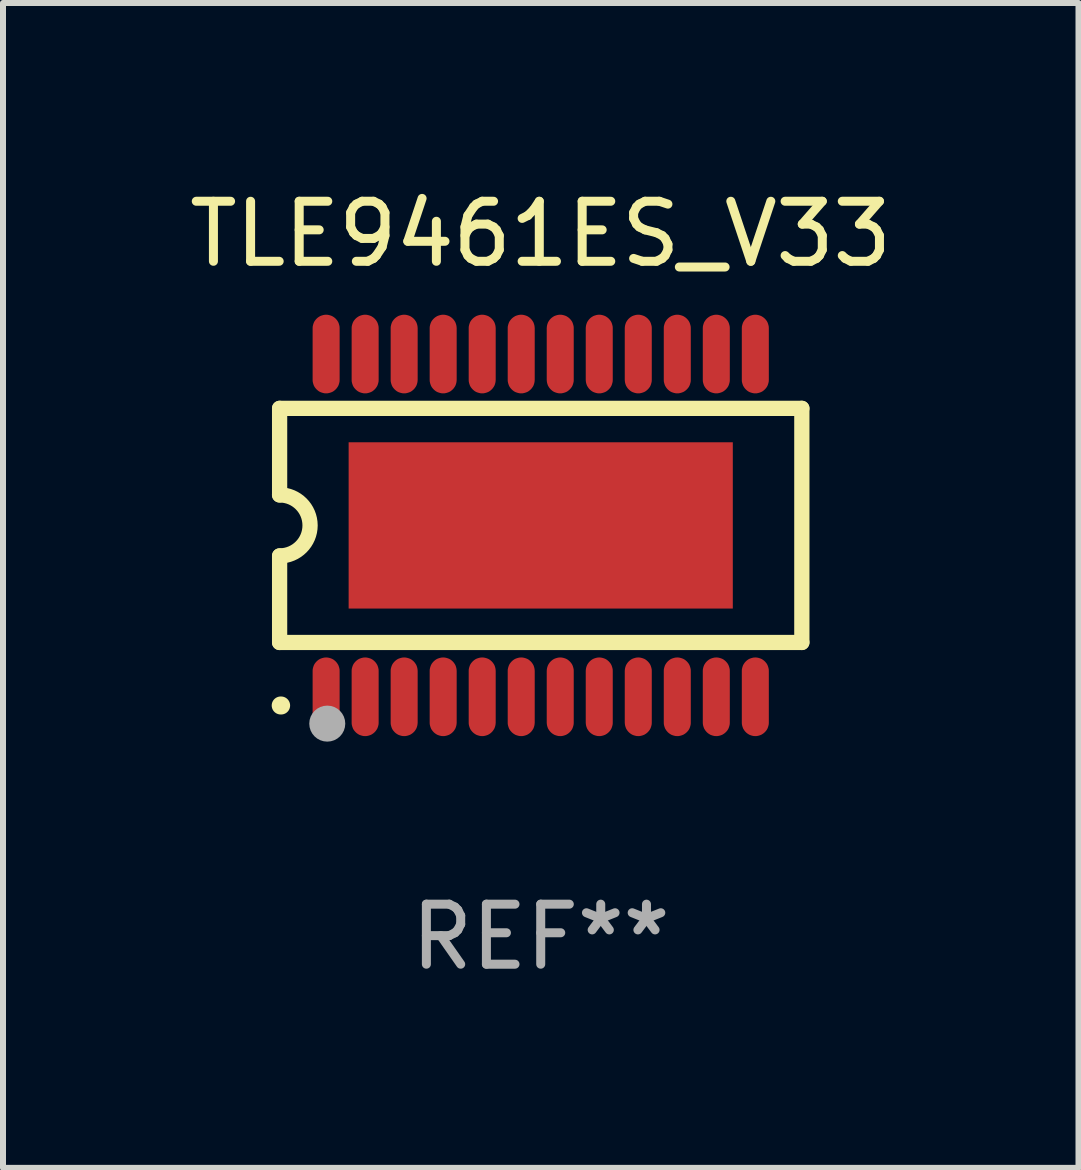
<source format=kicad_pcb>
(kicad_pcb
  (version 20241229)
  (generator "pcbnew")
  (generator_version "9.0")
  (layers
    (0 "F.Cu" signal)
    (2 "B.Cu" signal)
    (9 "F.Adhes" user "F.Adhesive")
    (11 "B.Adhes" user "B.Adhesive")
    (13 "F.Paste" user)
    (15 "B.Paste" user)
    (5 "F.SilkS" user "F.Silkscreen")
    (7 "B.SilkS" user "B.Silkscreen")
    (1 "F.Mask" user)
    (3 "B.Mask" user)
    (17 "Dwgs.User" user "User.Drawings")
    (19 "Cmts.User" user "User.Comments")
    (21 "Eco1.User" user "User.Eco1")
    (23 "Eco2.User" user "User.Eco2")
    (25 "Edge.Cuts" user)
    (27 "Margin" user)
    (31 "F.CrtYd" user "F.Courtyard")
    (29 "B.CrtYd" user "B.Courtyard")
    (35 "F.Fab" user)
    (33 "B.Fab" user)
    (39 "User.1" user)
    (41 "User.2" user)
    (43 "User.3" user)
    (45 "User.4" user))
  (footprint "TLE9461ES_V33"
    (layer "F.Cu")
    (at 5.958 5.703)
    (property "Reference" "TLE9461ES_V33" (at 0 -4.855 0) (layer "F.SilkS") (effects (font (size 1 1) (thickness 0.15))))
    (attr through_hole)
    (fp_line (start -4.35 -1.95) (end -4.35 -0.508) (stroke (width 0.254) (type solid)) (layer "F.SilkS"))
    (fp_line (start -4.35 -1.95) (end 4.35 -1.95) (stroke (width 0.254) (type solid)) (layer "F.SilkS"))
    (fp_line (start -4.35 1.95) (end -4.35 0.508) (stroke (width 0.254) (type solid)) (layer "F.SilkS"))
    (fp_line (start -4.35 1.95) (end 4.35 1.95) (stroke (width 0.254) (type solid)) (layer "F.SilkS"))
    (fp_line (start 4.35 -1.95) (end 4.35 1.95) (stroke (width 0.254) (type solid)) (layer "F.SilkS"))
    (fp_arc (start -4.351028 -0.508) (mid -3.843028 -0.000507) (end -4.350013 0.508001) (stroke (width 0.254001) (type solid)) (layer "F.SilkS"))
    (fp_arc (start -4.331656 2.999858) (mid -4.328332 2.999895) (end -4.325009 3.000005) (stroke (width 0.3) (type solid)) (layer "F.SilkS"))
    (fp_circle (center -4.325 3) (end -4.295 3) (stroke (width 0.06) (type solid)) (fill no) (layer "F.SilkS"))
    (fp_circle (center -3.556 3.302) (end -3.406 3.302) (stroke (width 0.3) (type solid)) (fill no) (layer "F.Fab"))
    (fp_text user "REF**" (at 0 6.855 0) (layer "F.Fab") (effects (font (size 1 1) (thickness 0.15))))
    (pad "1" smd custom (at -3.575 2.855 180) (size 0.45 1.31) (layers "F.Cu" "F.Mask" "F.Paste") (options (anchor circle)) (primitives (gr_poly (pts (xy -0.225 -0.43) (xy -0.224 -0.455) (xy -0.219 -0.48) (xy -0.212 -0.504) (xy -0.203 -0.528) (xy -0.19 -0.55) (xy -0.176 -0.57) (xy -0.159 -0.589) (xy -0.14 -0.606) (xy -0.12 -0.62) (xy -0.098 -0.633) (xy -0.074 -0.642) (xy -0.05 -0.649) (xy -0.025 -0.654) (xy 0.000051 -0.655) (xy 0.025 -0.654) (xy 0.05 -0.649) (xy 0.074 -0.642) (xy 0.098 -0.633) (xy 0.12 -0.62) (xy 0.14 -0.606) (xy 0.159 -0.589) (xy 0.176 -0.57) (xy 0.191 -0.55) (xy 0.203 -0.528) (xy 0.212 -0.504) (xy 0.219 -0.48) (xy 0.224 -0.455) (xy 0.225 -0.43) (xy 0.225 0.43) (xy 0.224 0.455) (xy 0.219 0.48) (xy 0.212 0.504) (xy 0.203 0.528) (xy 0.191 0.55) (xy 0.176 0.57) (xy 0.159 0.589) (xy 0.14 0.606) (xy 0.12 0.621) (xy 0.098 0.633) (xy 0.074 0.642) (xy 0.05 0.649) (xy 0.025 0.654) (xy 0.000051 0.655) (xy -0.025 0.654) (xy -0.05 0.649) (xy -0.074 0.642) (xy -0.098 0.633) (xy -0.12 0.621) (xy -0.14 0.606) (xy -0.159 0.589) (xy -0.176 0.57) (xy -0.19 0.55) (xy -0.203 0.528) (xy -0.212 0.504) (xy -0.219 0.48) (xy -0.224 0.455) (xy -0.225 0.43)) (width 0) (fill yes))))
    (pad "2" smd custom (at -2.925 2.855 180) (size 0.45 1.31) (layers "F.Cu" "F.Mask" "F.Paste") (options (anchor circle)) (primitives (gr_poly (pts (xy -0.225 -0.43) (xy -0.224 -0.455) (xy -0.219 -0.48) (xy -0.212 -0.504) (xy -0.203 -0.528) (xy -0.19 -0.55) (xy -0.176 -0.57) (xy -0.159 -0.589) (xy -0.14 -0.606) (xy -0.12 -0.62) (xy -0.098 -0.633) (xy -0.074 -0.642) (xy -0.05 -0.649) (xy -0.025 -0.654) (xy 0.000076 -0.655) (xy 0.025 -0.654) (xy 0.05 -0.649) (xy 0.074 -0.642) (xy 0.098 -0.633) (xy 0.12 -0.62) (xy 0.14 -0.606) (xy 0.159 -0.589) (xy 0.176 -0.57) (xy 0.191 -0.55) (xy 0.203 -0.528) (xy 0.212 -0.504) (xy 0.219 -0.48) (xy 0.224 -0.455) (xy 0.225 -0.43) (xy 0.225 0.43) (xy 0.224 0.455) (xy 0.219 0.48) (xy 0.212 0.504) (xy 0.203 0.528) (xy 0.191 0.55) (xy 0.176 0.57) (xy 0.159 0.589) (xy 0.14 0.606) (xy 0.12 0.621) (xy 0.098 0.633) (xy 0.074 0.642) (xy 0.05 0.649) (xy 0.025 0.654) (xy 0.000076 0.655) (xy -0.025 0.654) (xy -0.05 0.649) (xy -0.074 0.642) (xy -0.098 0.633) (xy -0.12 0.621) (xy -0.14 0.606) (xy -0.159 0.589) (xy -0.176 0.57) (xy -0.19 0.55) (xy -0.203 0.528) (xy -0.212 0.504) (xy -0.219 0.48) (xy -0.224 0.455) (xy -0.225 0.43)) (width 0) (fill yes))))
    (pad "3" smd custom (at -2.275 2.855 180) (size 0.45 1.31) (layers "F.Cu" "F.Mask" "F.Paste") (options (anchor circle)) (primitives (gr_poly (pts (xy -0.225 -0.43) (xy -0.223 -0.455) (xy -0.219 -0.48) (xy -0.212 -0.504) (xy -0.203 -0.528) (xy -0.19 -0.55) (xy -0.176 -0.57) (xy -0.159 -0.589) (xy -0.14 -0.606) (xy -0.12 -0.62) (xy -0.098 -0.633) (xy -0.074 -0.642) (xy -0.05 -0.649) (xy -0.025 -0.654) (xy 0.000076 -0.655) (xy 0.025 -0.654) (xy 0.05 -0.649) (xy 0.074 -0.642) (xy 0.098 -0.633) (xy 0.12 -0.62) (xy 0.14 -0.606) (xy 0.159 -0.589) (xy 0.176 -0.57) (xy 0.191 -0.55) (xy 0.203 -0.528) (xy 0.212 -0.504) (xy 0.219 -0.48) (xy 0.224 -0.455) (xy 0.225 -0.43) (xy 0.225 0.43) (xy 0.224 0.455) (xy 0.219 0.48) (xy 0.212 0.504) (xy 0.203 0.528) (xy 0.191 0.55) (xy 0.176 0.57) (xy 0.159 0.589) (xy 0.14 0.606) (xy 0.12 0.621) (xy 0.098 0.633) (xy 0.074 0.642) (xy 0.05 0.649) (xy 0.025 0.654) (xy 0.000076 0.655) (xy -0.025 0.654) (xy -0.05 0.649) (xy -0.074 0.642) (xy -0.098 0.633) (xy -0.12 0.621) (xy -0.14 0.606) (xy -0.159 0.589) (xy -0.176 0.57) (xy -0.19 0.55) (xy -0.203 0.528) (xy -0.212 0.504) (xy -0.219 0.48) (xy -0.223 0.455) (xy -0.225 0.43)) (width 0) (fill yes))))
    (pad "4" smd custom (at -1.625 2.855 180) (size 0.45 1.31) (layers "F.Cu" "F.Mask" "F.Paste") (options (anchor circle)) (primitives (gr_poly (pts (xy -0.225 -0.43) (xy -0.223 -0.455) (xy -0.219 -0.48) (xy -0.212 -0.504) (xy -0.203 -0.528) (xy -0.19 -0.55) (xy -0.176 -0.57) (xy -0.159 -0.589) (xy -0.14 -0.606) (xy -0.12 -0.62) (xy -0.098 -0.633) (xy -0.074 -0.642) (xy -0.05 -0.649) (xy -0.025 -0.654) (xy 0.000102 -0.655) (xy 0.025 -0.654) (xy 0.05 -0.649) (xy 0.074 -0.642) (xy 0.098 -0.633) (xy 0.12 -0.62) (xy 0.14 -0.606) (xy 0.159 -0.589) (xy 0.176 -0.57) (xy 0.191 -0.55) (xy 0.203 -0.528) (xy 0.212 -0.504) (xy 0.219 -0.48) (xy 0.224 -0.455) (xy 0.225 -0.43) (xy 0.225 0.43) (xy 0.224 0.455) (xy 0.219 0.48) (xy 0.212 0.504) (xy 0.203 0.528) (xy 0.191 0.55) (xy 0.176 0.57) (xy 0.159 0.589) (xy 0.14 0.606) (xy 0.12 0.621) (xy 0.098 0.633) (xy 0.074 0.642) (xy 0.05 0.649) (xy 0.025 0.654) (xy 0.000102 0.655) (xy -0.025 0.654) (xy -0.05 0.649) (xy -0.074 0.642) (xy -0.098 0.633) (xy -0.12 0.621) (xy -0.14 0.606) (xy -0.159 0.589) (xy -0.176 0.57) (xy -0.19 0.55) (xy -0.203 0.528) (xy -0.212 0.504) (xy -0.219 0.48) (xy -0.223 0.455) (xy -0.225 0.43)) (width 0) (fill yes))))
    (pad "5" smd custom (at -0.975 2.855 180) (size 0.45 1.31) (layers "F.Cu" "F.Mask" "F.Paste") (options (anchor circle)) (primitives (gr_poly (pts (xy -0.225 -0.43) (xy -0.223 -0.455) (xy -0.219 -0.48) (xy -0.212 -0.504) (xy -0.203 -0.528) (xy -0.19 -0.55) (xy -0.176 -0.57) (xy -0.159 -0.589) (xy -0.14 -0.606) (xy -0.12 -0.62) (xy -0.098 -0.633) (xy -0.074 -0.642) (xy -0.05 -0.649) (xy -0.025 -0.654) (xy 0.000102 -0.655) (xy 0.025 -0.654) (xy 0.05 -0.649) (xy 0.074 -0.642) (xy 0.098 -0.633) (xy 0.12 -0.62) (xy 0.14 -0.606) (xy 0.159 -0.589) (xy 0.176 -0.57) (xy 0.191 -0.55) (xy 0.203 -0.528) (xy 0.212 -0.504) (xy 0.219 -0.48) (xy 0.224 -0.455) (xy 0.225 -0.43) (xy 0.225 0.43) (xy 0.224 0.455) (xy 0.219 0.48) (xy 0.212 0.504) (xy 0.203 0.528) (xy 0.191 0.55) (xy 0.176 0.57) (xy 0.159 0.589) (xy 0.14 0.606) (xy 0.12 0.621) (xy 0.098 0.633) (xy 0.074 0.642) (xy 0.05 0.649) (xy 0.025 0.654) (xy 0.000102 0.655) (xy -0.025 0.654) (xy -0.05 0.649) (xy -0.074 0.642) (xy -0.098 0.633) (xy -0.12 0.621) (xy -0.14 0.606) (xy -0.159 0.589) (xy -0.176 0.57) (xy -0.19 0.55) (xy -0.203 0.528) (xy -0.212 0.504) (xy -0.219 0.48) (xy -0.223 0.455) (xy -0.225 0.43)) (width 0) (fill yes))))
    (pad "6" smd custom (at -0.325 2.855 180) (size 0.45 1.31) (layers "F.Cu" "F.Mask" "F.Paste") (options (anchor circle)) (primitives (gr_poly (pts (xy -0.225 -0.43) (xy -0.223 -0.455) (xy -0.219 -0.48) (xy -0.212 -0.504) (xy -0.203 -0.528) (xy -0.19 -0.55) (xy -0.176 -0.57) (xy -0.159 -0.589) (xy -0.14 -0.606) (xy -0.12 -0.62) (xy -0.098 -0.633) (xy -0.074 -0.642) (xy -0.05 -0.649) (xy -0.025 -0.654) (xy 0.000127 -0.655) (xy 0.025 -0.654) (xy 0.05 -0.649) (xy 0.074 -0.642) (xy 0.098 -0.633) (xy 0.12 -0.62) (xy 0.14 -0.606) (xy 0.159 -0.589) (xy 0.176 -0.57) (xy 0.191 -0.55) (xy 0.203 -0.528) (xy 0.212 -0.504) (xy 0.219 -0.48) (xy 0.224 -0.455) (xy 0.225 -0.43) (xy 0.225 0.43) (xy 0.224 0.455) (xy 0.219 0.48) (xy 0.212 0.504) (xy 0.203 0.528) (xy 0.191 0.55) (xy 0.176 0.57) (xy 0.159 0.589) (xy 0.14 0.606) (xy 0.12 0.621) (xy 0.098 0.633) (xy 0.074 0.642) (xy 0.05 0.649) (xy 0.025 0.654) (xy 0.000127 0.655) (xy -0.025 0.654) (xy -0.05 0.649) (xy -0.074 0.642) (xy -0.098 0.633) (xy -0.12 0.621) (xy -0.14 0.606) (xy -0.159 0.589) (xy -0.176 0.57) (xy -0.19 0.55) (xy -0.203 0.528) (xy -0.212 0.504) (xy -0.219 0.48) (xy -0.223 0.455) (xy -0.225 0.43)) (width 0) (fill yes))))
    (pad "7" smd custom (at 0.325 2.855 180) (size 0.45 1.31) (layers "F.Cu" "F.Mask" "F.Paste") (options (anchor circle)) (primitives (gr_poly (pts (xy -0.225 -0.43) (xy -0.224 -0.455) (xy -0.219 -0.48) (xy -0.212 -0.504) (xy -0.203 -0.528) (xy -0.191 -0.55) (xy -0.176 -0.57) (xy -0.159 -0.589) (xy -0.14 -0.606) (xy -0.12 -0.62) (xy -0.098 -0.633) (xy -0.074 -0.642) (xy -0.05 -0.649) (xy -0.025 -0.654) (xy -0.000127 -0.655) (xy 0.025 -0.654) (xy 0.05 -0.649) (xy 0.074 -0.642) (xy 0.098 -0.633) (xy 0.12 -0.62) (xy 0.14 -0.606) (xy 0.159 -0.589) (xy 0.176 -0.57) (xy 0.19 -0.55) (xy 0.203 -0.528) (xy 0.212 -0.504) (xy 0.219 -0.48) (xy 0.223 -0.455) (xy 0.225 -0.43) (xy 0.225 0.43) (xy 0.223 0.455) (xy 0.219 0.48) (xy 0.212 0.504) (xy 0.203 0.528) (xy 0.19 0.55) (xy 0.176 0.57) (xy 0.159 0.589) (xy 0.14 0.606) (xy 0.12 0.621) (xy 0.098 0.633) (xy 0.074 0.642) (xy 0.05 0.649) (xy 0.025 0.654) (xy -0.000127 0.655) (xy -0.025 0.654) (xy -0.05 0.649) (xy -0.074 0.642) (xy -0.098 0.633) (xy -0.12 0.621) (xy -0.14 0.606) (xy -0.159 0.589) (xy -0.176 0.57) (xy -0.191 0.55) (xy -0.203 0.528) (xy -0.212 0.504) (xy -0.219 0.48) (xy -0.224 0.455) (xy -0.225 0.43)) (width 0) (fill yes))))
    (pad "8" smd custom (at 0.975 2.855 180) (size 0.45 1.31) (layers "F.Cu" "F.Mask" "F.Paste") (options (anchor circle)) (primitives (gr_poly (pts (xy -0.225 -0.43) (xy -0.224 -0.455) (xy -0.219 -0.48) (xy -0.212 -0.504) (xy -0.203 -0.528) (xy -0.191 -0.55) (xy -0.176 -0.57) (xy -0.159 -0.589) (xy -0.14 -0.606) (xy -0.12 -0.62) (xy -0.098 -0.633) (xy -0.074 -0.642) (xy -0.05 -0.649) (xy -0.025 -0.654) (xy -0.000102 -0.655) (xy 0.025 -0.654) (xy 0.05 -0.649) (xy 0.074 -0.642) (xy 0.098 -0.633) (xy 0.12 -0.62) (xy 0.14 -0.606) (xy 0.159 -0.589) (xy 0.176 -0.57) (xy 0.19 -0.55) (xy 0.203 -0.528) (xy 0.212 -0.504) (xy 0.219 -0.48) (xy 0.223 -0.455) (xy 0.225 -0.43) (xy 0.225 0.43) (xy 0.223 0.455) (xy 0.219 0.48) (xy 0.212 0.504) (xy 0.203 0.528) (xy 0.19 0.55) (xy 0.176 0.57) (xy 0.159 0.589) (xy 0.14 0.606) (xy 0.12 0.621) (xy 0.098 0.633) (xy 0.074 0.642) (xy 0.05 0.649) (xy 0.025 0.654) (xy -0.000102 0.655) (xy -0.025 0.654) (xy -0.05 0.649) (xy -0.074 0.642) (xy -0.098 0.633) (xy -0.12 0.621) (xy -0.14 0.606) (xy -0.159 0.589) (xy -0.176 0.57) (xy -0.191 0.55) (xy -0.203 0.528) (xy -0.212 0.504) (xy -0.219 0.48) (xy -0.224 0.455) (xy -0.225 0.43)) (width 0) (fill yes))))
    (pad "9" smd custom (at 1.625 2.855 180) (size 0.45 1.31) (layers "F.Cu" "F.Mask" "F.Paste") (options (anchor circle)) (primitives (gr_poly (pts (xy -0.225 -0.43) (xy -0.224 -0.455) (xy -0.219 -0.48) (xy -0.212 -0.504) (xy -0.203 -0.528) (xy -0.191 -0.55) (xy -0.176 -0.57) (xy -0.159 -0.589) (xy -0.14 -0.606) (xy -0.12 -0.62) (xy -0.098 -0.633) (xy -0.074 -0.642) (xy -0.05 -0.649) (xy -0.025 -0.654) (xy -0.000102 -0.655) (xy 0.025 -0.654) (xy 0.05 -0.649) (xy 0.074 -0.642) (xy 0.098 -0.633) (xy 0.12 -0.62) (xy 0.14 -0.606) (xy 0.159 -0.589) (xy 0.176 -0.57) (xy 0.19 -0.55) (xy 0.203 -0.528) (xy 0.212 -0.504) (xy 0.219 -0.48) (xy 0.223 -0.455) (xy 0.225 -0.43) (xy 0.225 0.43) (xy 0.223 0.455) (xy 0.219 0.48) (xy 0.212 0.504) (xy 0.203 0.528) (xy 0.19 0.55) (xy 0.176 0.57) (xy 0.159 0.589) (xy 0.14 0.606) (xy 0.12 0.621) (xy 0.098 0.633) (xy 0.074 0.642) (xy 0.05 0.649) (xy 0.025 0.654) (xy -0.000102 0.655) (xy -0.025 0.654) (xy -0.05 0.649) (xy -0.074 0.642) (xy -0.098 0.633) (xy -0.12 0.621) (xy -0.14 0.606) (xy -0.159 0.589) (xy -0.176 0.57) (xy -0.191 0.55) (xy -0.203 0.528) (xy -0.212 0.504) (xy -0.219 0.48) (xy -0.224 0.455) (xy -0.225 0.43)) (width 0) (fill yes))))
    (pad "10" smd custom (at 2.275 2.855 180) (size 0.45 1.31) (layers "F.Cu" "F.Mask" "F.Paste") (options (anchor circle)) (primitives (gr_poly (pts (xy -0.225 -0.43) (xy -0.224 -0.455) (xy -0.219 -0.48) (xy -0.212 -0.504) (xy -0.203 -0.528) (xy -0.191 -0.55) (xy -0.176 -0.57) (xy -0.159 -0.589) (xy -0.14 -0.606) (xy -0.12 -0.62) (xy -0.098 -0.633) (xy -0.074 -0.642) (xy -0.05 -0.649) (xy -0.025 -0.654) (xy -0.000076 -0.655) (xy 0.025 -0.654) (xy 0.05 -0.649) (xy 0.074 -0.642) (xy 0.098 -0.633) (xy 0.12 -0.62) (xy 0.14 -0.606) (xy 0.159 -0.589) (xy 0.176 -0.57) (xy 0.19 -0.55) (xy 0.203 -0.528) (xy 0.212 -0.504) (xy 0.219 -0.48) (xy 0.224 -0.455) (xy 0.225 -0.43) (xy 0.225 0.43) (xy 0.224 0.455) (xy 0.219 0.48) (xy 0.212 0.504) (xy 0.203 0.528) (xy 0.19 0.55) (xy 0.176 0.57) (xy 0.159 0.589) (xy 0.14 0.606) (xy 0.12 0.621) (xy 0.098 0.633) (xy 0.074 0.642) (xy 0.05 0.649) (xy 0.025 0.654) (xy -0.000076 0.655) (xy -0.025 0.654) (xy -0.05 0.649) (xy -0.074 0.642) (xy -0.098 0.633) (xy -0.12 0.621) (xy -0.14 0.606) (xy -0.159 0.589) (xy -0.176 0.57) (xy -0.191 0.55) (xy -0.203 0.528) (xy -0.212 0.504) (xy -0.219 0.48) (xy -0.224 0.455) (xy -0.225 0.43)) (width 0) (fill yes))))
    (pad "11" smd custom (at 2.925 2.855 180) (size 0.45 1.31) (layers "F.Cu" "F.Mask" "F.Paste") (options (anchor circle)) (primitives (gr_poly (pts (xy -0.225 -0.43) (xy -0.224 -0.455) (xy -0.219 -0.48) (xy -0.212 -0.504) (xy -0.203 -0.528) (xy -0.191 -0.55) (xy -0.176 -0.57) (xy -0.159 -0.589) (xy -0.14 -0.606) (xy -0.12 -0.62) (xy -0.098 -0.633) (xy -0.074 -0.642) (xy -0.05 -0.649) (xy -0.025 -0.654) (xy -0.000051 -0.655) (xy 0.025 -0.654) (xy 0.05 -0.649) (xy 0.074 -0.642) (xy 0.098 -0.633) (xy 0.12 -0.62) (xy 0.14 -0.606) (xy 0.159 -0.589) (xy 0.176 -0.57) (xy 0.19 -0.55) (xy 0.203 -0.528) (xy 0.212 -0.504) (xy 0.219 -0.48) (xy 0.224 -0.455) (xy 0.225 -0.43) (xy 0.225 0.43) (xy 0.224 0.455) (xy 0.219 0.48) (xy 0.212 0.504) (xy 0.203 0.528) (xy 0.19 0.55) (xy 0.176 0.57) (xy 0.159 0.589) (xy 0.14 0.606) (xy 0.12 0.621) (xy 0.098 0.633) (xy 0.074 0.642) (xy 0.05 0.649) (xy 0.025 0.654) (xy -0.000051 0.655) (xy -0.025 0.654) (xy -0.05 0.649) (xy -0.074 0.642) (xy -0.098 0.633) (xy -0.12 0.621) (xy -0.14 0.606) (xy -0.159 0.589) (xy -0.176 0.57) (xy -0.191 0.55) (xy -0.203 0.528) (xy -0.212 0.504) (xy -0.219 0.48) (xy -0.224 0.455) (xy -0.225 0.43)) (width 0) (fill yes))))
    (pad "12" smd custom (at 3.575 2.855 180) (size 0.45 1.31) (layers "F.Cu" "F.Mask" "F.Paste") (options (anchor circle)) (primitives (gr_poly (pts (xy -0.225 -0.43) (xy -0.224 -0.455) (xy -0.219 -0.48) (xy -0.212 -0.504) (xy -0.203 -0.528) (xy -0.191 -0.55) (xy -0.176 -0.57) (xy -0.159 -0.589) (xy -0.14 -0.606) (xy -0.12 -0.62) (xy -0.098 -0.633) (xy -0.074 -0.642) (xy -0.05 -0.649) (xy -0.025 -0.654) (xy -0.000051 -0.655) (xy 0.025 -0.654) (xy 0.05 -0.649) (xy 0.074 -0.642) (xy 0.098 -0.633) (xy 0.12 -0.62) (xy 0.14 -0.606) (xy 0.159 -0.589) (xy 0.176 -0.57) (xy 0.19 -0.55) (xy 0.203 -0.528) (xy 0.212 -0.504) (xy 0.219 -0.48) (xy 0.224 -0.455) (xy 0.225 -0.43) (xy 0.225 0.43) (xy 0.224 0.455) (xy 0.219 0.48) (xy 0.212 0.504) (xy 0.203 0.528) (xy 0.19 0.55) (xy 0.176 0.57) (xy 0.159 0.589) (xy 0.14 0.606) (xy 0.12 0.621) (xy 0.098 0.633) (xy 0.074 0.642) (xy 0.05 0.649) (xy 0.025 0.654) (xy -0.000051 0.655) (xy -0.025 0.654) (xy -0.05 0.649) (xy -0.074 0.642) (xy -0.098 0.633) (xy -0.12 0.621) (xy -0.14 0.606) (xy -0.159 0.589) (xy -0.176 0.57) (xy -0.191 0.55) (xy -0.203 0.528) (xy -0.212 0.504) (xy -0.219 0.48) (xy -0.224 0.455) (xy -0.225 0.43)) (width 0) (fill yes))))
    (pad "13" smd custom (at 3.575 -2.855 180) (size 0.45 1.31) (layers "F.Cu" "F.Mask" "F.Paste") (options (anchor circle)) (primitives (gr_poly (pts (xy -0.225 -0.43) (xy -0.224 -0.455) (xy -0.219 -0.48) (xy -0.212 -0.504) (xy -0.203 -0.528) (xy -0.191 -0.55) (xy -0.176 -0.57) (xy -0.159 -0.589) (xy -0.14 -0.606) (xy -0.12 -0.621) (xy -0.098 -0.633) (xy -0.074 -0.642) (xy -0.05 -0.649) (xy -0.025 -0.654) (xy -0.000051 -0.655) (xy 0.025 -0.654) (xy 0.05 -0.649) (xy 0.074 -0.642) (xy 0.098 -0.633) (xy 0.12 -0.621) (xy 0.14 -0.606) (xy 0.159 -0.589) (xy 0.176 -0.57) (xy 0.19 -0.55) (xy 0.203 -0.528) (xy 0.212 -0.504) (xy 0.219 -0.48) (xy 0.224 -0.455) (xy 0.225 -0.43) (xy 0.225 0.43) (xy 0.224 0.455) (xy 0.219 0.48) (xy 0.212 0.504) (xy 0.203 0.528) (xy 0.19 0.55) (xy 0.176 0.57) (xy 0.159 0.589) (xy 0.14 0.606) (xy 0.12 0.62) (xy 0.098 0.633) (xy 0.074 0.642) (xy 0.05 0.649) (xy 0.025 0.654) (xy -0.000051 0.655) (xy -0.025 0.654) (xy -0.05 0.649) (xy -0.074 0.642) (xy -0.098 0.633) (xy -0.12 0.62) (xy -0.14 0.606) (xy -0.159 0.589) (xy -0.176 0.57) (xy -0.191 0.55) (xy -0.203 0.528) (xy -0.212 0.504) (xy -0.219 0.48) (xy -0.224 0.455) (xy -0.225 0.43)) (width 0) (fill yes))))
    (pad "14" smd custom (at 2.925 -2.855 180) (size 0.45 1.31) (layers "F.Cu" "F.Mask" "F.Paste") (options (anchor circle)) (primitives (gr_poly (pts (xy -0.225 -0.43) (xy -0.224 -0.455) (xy -0.219 -0.48) (xy -0.212 -0.504) (xy -0.203 -0.528) (xy -0.191 -0.55) (xy -0.176 -0.57) (xy -0.159 -0.589) (xy -0.14 -0.606) (xy -0.12 -0.621) (xy -0.098 -0.633) (xy -0.074 -0.642) (xy -0.05 -0.649) (xy -0.025 -0.654) (xy -0.000051 -0.655) (xy 0.025 -0.654) (xy 0.05 -0.649) (xy 0.074 -0.642) (xy 0.098 -0.633) (xy 0.12 -0.621) (xy 0.14 -0.606) (xy 0.159 -0.589) (xy 0.176 -0.57) (xy 0.19 -0.55) (xy 0.203 -0.528) (xy 0.212 -0.504) (xy 0.219 -0.48) (xy 0.224 -0.455) (xy 0.225 -0.43) (xy 0.225 0.43) (xy 0.224 0.455) (xy 0.219 0.48) (xy 0.212 0.504) (xy 0.203 0.528) (xy 0.19 0.55) (xy 0.176 0.57) (xy 0.159 0.589) (xy 0.14 0.606) (xy 0.12 0.62) (xy 0.098 0.633) (xy 0.074 0.642) (xy 0.05 0.649) (xy 0.025 0.654) (xy -0.000051 0.655) (xy -0.025 0.654) (xy -0.05 0.649) (xy -0.074 0.642) (xy -0.098 0.633) (xy -0.12 0.62) (xy -0.14 0.606) (xy -0.159 0.589) (xy -0.176 0.57) (xy -0.191 0.55) (xy -0.203 0.528) (xy -0.212 0.504) (xy -0.219 0.48) (xy -0.224 0.455) (xy -0.225 0.43)) (width 0) (fill yes))))
    (pad "15" smd custom (at 2.275 -2.855 180) (size 0.45 1.31) (layers "F.Cu" "F.Mask" "F.Paste") (options (anchor circle)) (primitives (gr_poly (pts (xy -0.225 -0.43) (xy -0.224 -0.455) (xy -0.219 -0.48) (xy -0.212 -0.504) (xy -0.203 -0.528) (xy -0.191 -0.55) (xy -0.176 -0.57) (xy -0.159 -0.589) (xy -0.14 -0.606) (xy -0.12 -0.621) (xy -0.098 -0.633) (xy -0.074 -0.642) (xy -0.05 -0.649) (xy -0.025 -0.654) (xy -0.000076 -0.655) (xy 0.025 -0.654) (xy 0.05 -0.649) (xy 0.074 -0.642) (xy 0.098 -0.633) (xy 0.12 -0.621) (xy 0.14 -0.606) (xy 0.159 -0.589) (xy 0.176 -0.57) (xy 0.19 -0.55) (xy 0.203 -0.528) (xy 0.212 -0.504) (xy 0.219 -0.48) (xy 0.224 -0.455) (xy 0.225 -0.43) (xy 0.225 0.43) (xy 0.224 0.455) (xy 0.219 0.48) (xy 0.212 0.504) (xy 0.203 0.528) (xy 0.19 0.55) (xy 0.176 0.57) (xy 0.159 0.589) (xy 0.14 0.606) (xy 0.12 0.62) (xy 0.098 0.633) (xy 0.074 0.642) (xy 0.05 0.649) (xy 0.025 0.654) (xy -0.000076 0.655) (xy -0.025 0.654) (xy -0.05 0.649) (xy -0.074 0.642) (xy -0.098 0.633) (xy -0.12 0.62) (xy -0.14 0.606) (xy -0.159 0.589) (xy -0.176 0.57) (xy -0.191 0.55) (xy -0.203 0.528) (xy -0.212 0.504) (xy -0.219 0.48) (xy -0.224 0.455) (xy -0.225 0.43)) (width 0) (fill yes))))
    (pad "16" smd custom (at 1.625 -2.855 180) (size 0.45 1.31) (layers "F.Cu" "F.Mask" "F.Paste") (options (anchor circle)) (primitives (gr_poly (pts (xy -0.225 -0.43) (xy -0.224 -0.455) (xy -0.219 -0.48) (xy -0.212 -0.504) (xy -0.203 -0.528) (xy -0.191 -0.55) (xy -0.176 -0.57) (xy -0.159 -0.589) (xy -0.14 -0.606) (xy -0.12 -0.621) (xy -0.098 -0.633) (xy -0.074 -0.642) (xy -0.05 -0.649) (xy -0.025 -0.654) (xy -0.000102 -0.655) (xy 0.025 -0.654) (xy 0.05 -0.649) (xy 0.074 -0.642) (xy 0.098 -0.633) (xy 0.12 -0.621) (xy 0.14 -0.606) (xy 0.159 -0.589) (xy 0.176 -0.57) (xy 0.19 -0.55) (xy 0.203 -0.528) (xy 0.212 -0.504) (xy 0.219 -0.48) (xy 0.223 -0.455) (xy 0.225 -0.43) (xy 0.225 0.43) (xy 0.223 0.455) (xy 0.219 0.48) (xy 0.212 0.504) (xy 0.203 0.528) (xy 0.19 0.55) (xy 0.176 0.57) (xy 0.159 0.589) (xy 0.14 0.606) (xy 0.12 0.62) (xy 0.098 0.633) (xy 0.074 0.642) (xy 0.05 0.649) (xy 0.025 0.654) (xy -0.000102 0.655) (xy -0.025 0.654) (xy -0.05 0.649) (xy -0.074 0.642) (xy -0.098 0.633) (xy -0.12 0.62) (xy -0.14 0.606) (xy -0.159 0.589) (xy -0.176 0.57) (xy -0.191 0.55) (xy -0.203 0.528) (xy -0.212 0.504) (xy -0.219 0.48) (xy -0.224 0.455) (xy -0.225 0.43)) (width 0) (fill yes))))
    (pad "17" smd custom (at 0.975 -2.855 180) (size 0.45 1.31) (layers "F.Cu" "F.Mask" "F.Paste") (options (anchor circle)) (primitives (gr_poly (pts (xy -0.225 -0.43) (xy -0.224 -0.455) (xy -0.219 -0.48) (xy -0.212 -0.504) (xy -0.203 -0.528) (xy -0.191 -0.55) (xy -0.176 -0.57) (xy -0.159 -0.589) (xy -0.14 -0.606) (xy -0.12 -0.621) (xy -0.098 -0.633) (xy -0.074 -0.642) (xy -0.05 -0.649) (xy -0.025 -0.654) (xy -0.000102 -0.655) (xy 0.025 -0.654) (xy 0.05 -0.649) (xy 0.074 -0.642) (xy 0.098 -0.633) (xy 0.12 -0.621) (xy 0.14 -0.606) (xy 0.159 -0.589) (xy 0.176 -0.57) (xy 0.19 -0.55) (xy 0.203 -0.528) (xy 0.212 -0.504) (xy 0.219 -0.48) (xy 0.223 -0.455) (xy 0.225 -0.43) (xy 0.225 0.43) (xy 0.223 0.455) (xy 0.219 0.48) (xy 0.212 0.504) (xy 0.203 0.528) (xy 0.19 0.55) (xy 0.176 0.57) (xy 0.159 0.589) (xy 0.14 0.606) (xy 0.12 0.62) (xy 0.098 0.633) (xy 0.074 0.642) (xy 0.05 0.649) (xy 0.025 0.654) (xy -0.000102 0.655) (xy -0.025 0.654) (xy -0.05 0.649) (xy -0.074 0.642) (xy -0.098 0.633) (xy -0.12 0.62) (xy -0.14 0.606) (xy -0.159 0.589) (xy -0.176 0.57) (xy -0.191 0.55) (xy -0.203 0.528) (xy -0.212 0.504) (xy -0.219 0.48) (xy -0.224 0.455) (xy -0.225 0.43)) (width 0) (fill yes))))
    (pad "18" smd custom (at 0.325 -2.855 180) (size 0.45 1.31) (layers "F.Cu" "F.Mask" "F.Paste") (options (anchor circle)) (primitives (gr_poly (pts (xy -0.225 -0.43) (xy -0.224 -0.455) (xy -0.219 -0.48) (xy -0.212 -0.504) (xy -0.203 -0.528) (xy -0.191 -0.55) (xy -0.176 -0.57) (xy -0.159 -0.589) (xy -0.14 -0.606) (xy -0.12 -0.621) (xy -0.098 -0.633) (xy -0.074 -0.642) (xy -0.05 -0.649) (xy -0.025 -0.654) (xy -0.000127 -0.655) (xy 0.025 -0.654) (xy 0.05 -0.649) (xy 0.074 -0.642) (xy 0.098 -0.633) (xy 0.12 -0.621) (xy 0.14 -0.606) (xy 0.159 -0.589) (xy 0.176 -0.57) (xy 0.19 -0.55) (xy 0.203 -0.528) (xy 0.212 -0.504) (xy 0.219 -0.48) (xy 0.223 -0.455) (xy 0.225 -0.43) (xy 0.225 0.43) (xy 0.223 0.455) (xy 0.219 0.48) (xy 0.212 0.504) (xy 0.203 0.528) (xy 0.19 0.55) (xy 0.176 0.57) (xy 0.159 0.589) (xy 0.14 0.606) (xy 0.12 0.62) (xy 0.098 0.633) (xy 0.074 0.642) (xy 0.05 0.649) (xy 0.025 0.654) (xy -0.000127 0.655) (xy -0.025 0.654) (xy -0.05 0.649) (xy -0.074 0.642) (xy -0.098 0.633) (xy -0.12 0.62) (xy -0.14 0.606) (xy -0.159 0.589) (xy -0.176 0.57) (xy -0.191 0.55) (xy -0.203 0.528) (xy -0.212 0.504) (xy -0.219 0.48) (xy -0.224 0.455) (xy -0.225 0.43)) (width 0) (fill yes))))
    (pad "19" smd custom (at -0.325 -2.855 180) (size 0.45 1.31) (layers "F.Cu" "F.Mask" "F.Paste") (options (anchor circle)) (primitives (gr_poly (pts (xy -0.225 -0.43) (xy -0.223 -0.455) (xy -0.219 -0.48) (xy -0.212 -0.504) (xy -0.203 -0.528) (xy -0.19 -0.55) (xy -0.176 -0.57) (xy -0.159 -0.589) (xy -0.14 -0.606) (xy -0.12 -0.621) (xy -0.098 -0.633) (xy -0.074 -0.642) (xy -0.05 -0.649) (xy -0.025 -0.654) (xy 0.000127 -0.655) (xy 0.025 -0.654) (xy 0.05 -0.649) (xy 0.074 -0.642) (xy 0.098 -0.633) (xy 0.12 -0.621) (xy 0.14 -0.606) (xy 0.159 -0.589) (xy 0.176 -0.57) (xy 0.191 -0.55) (xy 0.203 -0.528) (xy 0.212 -0.504) (xy 0.219 -0.48) (xy 0.224 -0.455) (xy 0.225 -0.43) (xy 0.225 0.43) (xy 0.224 0.455) (xy 0.219 0.48) (xy 0.212 0.504) (xy 0.203 0.528) (xy 0.191 0.55) (xy 0.176 0.57) (xy 0.159 0.589) (xy 0.14 0.606) (xy 0.12 0.62) (xy 0.098 0.633) (xy 0.074 0.642) (xy 0.05 0.649) (xy 0.025 0.654) (xy 0.000127 0.655) (xy -0.025 0.654) (xy -0.05 0.649) (xy -0.074 0.642) (xy -0.098 0.633) (xy -0.12 0.62) (xy -0.14 0.606) (xy -0.159 0.589) (xy -0.176 0.57) (xy -0.19 0.55) (xy -0.203 0.528) (xy -0.212 0.504) (xy -0.219 0.48) (xy -0.223 0.455) (xy -0.225 0.43)) (width 0) (fill yes))))
    (pad "20" smd custom (at -0.975 -2.855 180) (size 0.45 1.31) (layers "F.Cu" "F.Mask" "F.Paste") (options (anchor circle)) (primitives (gr_poly (pts (xy -0.225 -0.43) (xy -0.223 -0.455) (xy -0.219 -0.48) (xy -0.212 -0.504) (xy -0.203 -0.528) (xy -0.19 -0.55) (xy -0.176 -0.57) (xy -0.159 -0.589) (xy -0.14 -0.606) (xy -0.12 -0.621) (xy -0.098 -0.633) (xy -0.074 -0.642) (xy -0.05 -0.649) (xy -0.025 -0.654) (xy 0.000102 -0.655) (xy 0.025 -0.654) (xy 0.05 -0.649) (xy 0.074 -0.642) (xy 0.098 -0.633) (xy 0.12 -0.621) (xy 0.14 -0.606) (xy 0.159 -0.589) (xy 0.176 -0.57) (xy 0.191 -0.55) (xy 0.203 -0.528) (xy 0.212 -0.504) (xy 0.219 -0.48) (xy 0.224 -0.455) (xy 0.225 -0.43) (xy 0.225 0.43) (xy 0.224 0.455) (xy 0.219 0.48) (xy 0.212 0.504) (xy 0.203 0.528) (xy 0.191 0.55) (xy 0.176 0.57) (xy 0.159 0.589) (xy 0.14 0.606) (xy 0.12 0.62) (xy 0.098 0.633) (xy 0.074 0.642) (xy 0.05 0.649) (xy 0.025 0.654) (xy 0.000102 0.655) (xy -0.025 0.654) (xy -0.05 0.649) (xy -0.074 0.642) (xy -0.098 0.633) (xy -0.12 0.62) (xy -0.14 0.606) (xy -0.159 0.589) (xy -0.176 0.57) (xy -0.19 0.55) (xy -0.203 0.528) (xy -0.212 0.504) (xy -0.219 0.48) (xy -0.223 0.455) (xy -0.225 0.43)) (width 0) (fill yes))))
    (pad "21" smd custom (at -1.625 -2.855 180) (size 0.45 1.31) (layers "F.Cu" "F.Mask" "F.Paste") (options (anchor circle)) (primitives (gr_poly (pts (xy -0.225 -0.43) (xy -0.223 -0.455) (xy -0.219 -0.48) (xy -0.212 -0.504) (xy -0.203 -0.528) (xy -0.19 -0.55) (xy -0.176 -0.57) (xy -0.159 -0.589) (xy -0.14 -0.606) (xy -0.12 -0.621) (xy -0.098 -0.633) (xy -0.074 -0.642) (xy -0.05 -0.649) (xy -0.025 -0.654) (xy 0.000102 -0.655) (xy 0.025 -0.654) (xy 0.05 -0.649) (xy 0.074 -0.642) (xy 0.098 -0.633) (xy 0.12 -0.621) (xy 0.14 -0.606) (xy 0.159 -0.589) (xy 0.176 -0.57) (xy 0.191 -0.55) (xy 0.203 -0.528) (xy 0.212 -0.504) (xy 0.219 -0.48) (xy 0.224 -0.455) (xy 0.225 -0.43) (xy 0.225 0.43) (xy 0.224 0.455) (xy 0.219 0.48) (xy 0.212 0.504) (xy 0.203 0.528) (xy 0.191 0.55) (xy 0.176 0.57) (xy 0.159 0.589) (xy 0.14 0.606) (xy 0.12 0.62) (xy 0.098 0.633) (xy 0.074 0.642) (xy 0.05 0.649) (xy 0.025 0.654) (xy 0.000102 0.655) (xy -0.025 0.654) (xy -0.05 0.649) (xy -0.074 0.642) (xy -0.098 0.633) (xy -0.12 0.62) (xy -0.14 0.606) (xy -0.159 0.589) (xy -0.176 0.57) (xy -0.19 0.55) (xy -0.203 0.528) (xy -0.212 0.504) (xy -0.219 0.48) (xy -0.223 0.455) (xy -0.225 0.43)) (width 0) (fill yes))))
    (pad "22" smd custom (at -2.275 -2.855 180) (size 0.45 1.31) (layers "F.Cu" "F.Mask" "F.Paste") (options (anchor circle)) (primitives (gr_poly (pts (xy -0.225 -0.43) (xy -0.223 -0.455) (xy -0.219 -0.48) (xy -0.212 -0.504) (xy -0.203 -0.528) (xy -0.19 -0.55) (xy -0.176 -0.57) (xy -0.159 -0.589) (xy -0.14 -0.606) (xy -0.12 -0.621) (xy -0.098 -0.633) (xy -0.074 -0.642) (xy -0.05 -0.649) (xy -0.025 -0.654) (xy 0.000076 -0.655) (xy 0.025 -0.654) (xy 0.05 -0.649) (xy 0.074 -0.642) (xy 0.098 -0.633) (xy 0.12 -0.621) (xy 0.14 -0.606) (xy 0.159 -0.589) (xy 0.176 -0.57) (xy 0.191 -0.55) (xy 0.203 -0.528) (xy 0.212 -0.504) (xy 0.219 -0.48) (xy 0.224 -0.455) (xy 0.225 -0.43) (xy 0.225 0.43) (xy 0.224 0.455) (xy 0.219 0.48) (xy 0.212 0.504) (xy 0.203 0.528) (xy 0.191 0.55) (xy 0.176 0.57) (xy 0.159 0.589) (xy 0.14 0.606) (xy 0.12 0.62) (xy 0.098 0.633) (xy 0.074 0.642) (xy 0.05 0.649) (xy 0.025 0.654) (xy 0.000076 0.655) (xy -0.025 0.654) (xy -0.05 0.649) (xy -0.074 0.642) (xy -0.098 0.633) (xy -0.12 0.62) (xy -0.14 0.606) (xy -0.159 0.589) (xy -0.176 0.57) (xy -0.19 0.55) (xy -0.203 0.528) (xy -0.212 0.504) (xy -0.219 0.48) (xy -0.223 0.455) (xy -0.225 0.43)) (width 0) (fill yes))))
    (pad "23" smd custom (at -2.925 -2.855 180) (size 0.45 1.31) (layers "F.Cu" "F.Mask" "F.Paste") (options (anchor circle)) (primitives (gr_poly (pts (xy -0.225 -0.43) (xy -0.224 -0.455) (xy -0.219 -0.48) (xy -0.212 -0.504) (xy -0.203 -0.528) (xy -0.19 -0.55) (xy -0.176 -0.57) (xy -0.159 -0.589) (xy -0.14 -0.606) (xy -0.12 -0.621) (xy -0.098 -0.633) (xy -0.074 -0.642) (xy -0.05 -0.649) (xy -0.025 -0.654) (xy 0.000076 -0.655) (xy 0.025 -0.654) (xy 0.05 -0.649) (xy 0.074 -0.642) (xy 0.098 -0.633) (xy 0.12 -0.621) (xy 0.14 -0.606) (xy 0.159 -0.589) (xy 0.176 -0.57) (xy 0.191 -0.55) (xy 0.203 -0.528) (xy 0.212 -0.504) (xy 0.219 -0.48) (xy 0.224 -0.455) (xy 0.225 -0.43) (xy 0.225 0.43) (xy 0.224 0.455) (xy 0.219 0.48) (xy 0.212 0.504) (xy 0.203 0.528) (xy 0.191 0.55) (xy 0.176 0.57) (xy 0.159 0.589) (xy 0.14 0.606) (xy 0.12 0.62) (xy 0.098 0.633) (xy 0.074 0.642) (xy 0.05 0.649) (xy 0.025 0.654) (xy 0.000076 0.655) (xy -0.025 0.654) (xy -0.05 0.649) (xy -0.074 0.642) (xy -0.098 0.633) (xy -0.12 0.62) (xy -0.14 0.606) (xy -0.159 0.589) (xy -0.176 0.57) (xy -0.19 0.55) (xy -0.203 0.528) (xy -0.212 0.504) (xy -0.219 0.48) (xy -0.224 0.455) (xy -0.225 0.43)) (width 0) (fill yes))))
    (pad "24" smd custom (at -3.575 -2.855 180) (size 0.45 1.31) (layers "F.Cu" "F.Mask" "F.Paste") (options (anchor circle)) (primitives (gr_poly (pts (xy -0.225 -0.43) (xy -0.224 -0.455) (xy -0.219 -0.48) (xy -0.212 -0.504) (xy -0.203 -0.528) (xy -0.19 -0.55) (xy -0.176 -0.57) (xy -0.159 -0.589) (xy -0.14 -0.606) (xy -0.12 -0.621) (xy -0.098 -0.633) (xy -0.074 -0.642) (xy -0.05 -0.649) (xy -0.025 -0.654) (xy 0.000051 -0.655) (xy 0.025 -0.654) (xy 0.05 -0.649) (xy 0.074 -0.642) (xy 0.098 -0.633) (xy 0.12 -0.621) (xy 0.14 -0.606) (xy 0.159 -0.589) (xy 0.176 -0.57) (xy 0.191 -0.55) (xy 0.203 -0.528) (xy 0.212 -0.504) (xy 0.219 -0.48) (xy 0.224 -0.455) (xy 0.225 -0.43) (xy 0.225 0.43) (xy 0.224 0.455) (xy 0.219 0.48) (xy 0.212 0.504) (xy 0.203 0.528) (xy 0.191 0.55) (xy 0.176 0.57) (xy 0.159 0.589) (xy 0.14 0.606) (xy 0.12 0.62) (xy 0.098 0.633) (xy 0.074 0.642) (xy 0.05 0.649) (xy 0.025 0.654) (xy 0.000051 0.655) (xy -0.025 0.654) (xy -0.05 0.649) (xy -0.074 0.642) (xy -0.098 0.633) (xy -0.12 0.62) (xy -0.14 0.606) (xy -0.159 0.589) (xy -0.176 0.57) (xy -0.19 0.55) (xy -0.203 0.528) (xy -0.212 0.504) (xy -0.219 0.48) (xy -0.224 0.455) (xy -0.225 0.43)) (width 0) (fill yes))))
    (pad "25" smd rect (at 0 0) (size 6.4 2.77) (layers "F.Cu" "F.Mask" "F.Paste")))
  (gr_rect
    (start -3 -3)
    (end 14.917 16.406)
    (stroke (width 0.1) (type default))
    (fill no)
    (layer "Edge.Cuts")))
</source>
